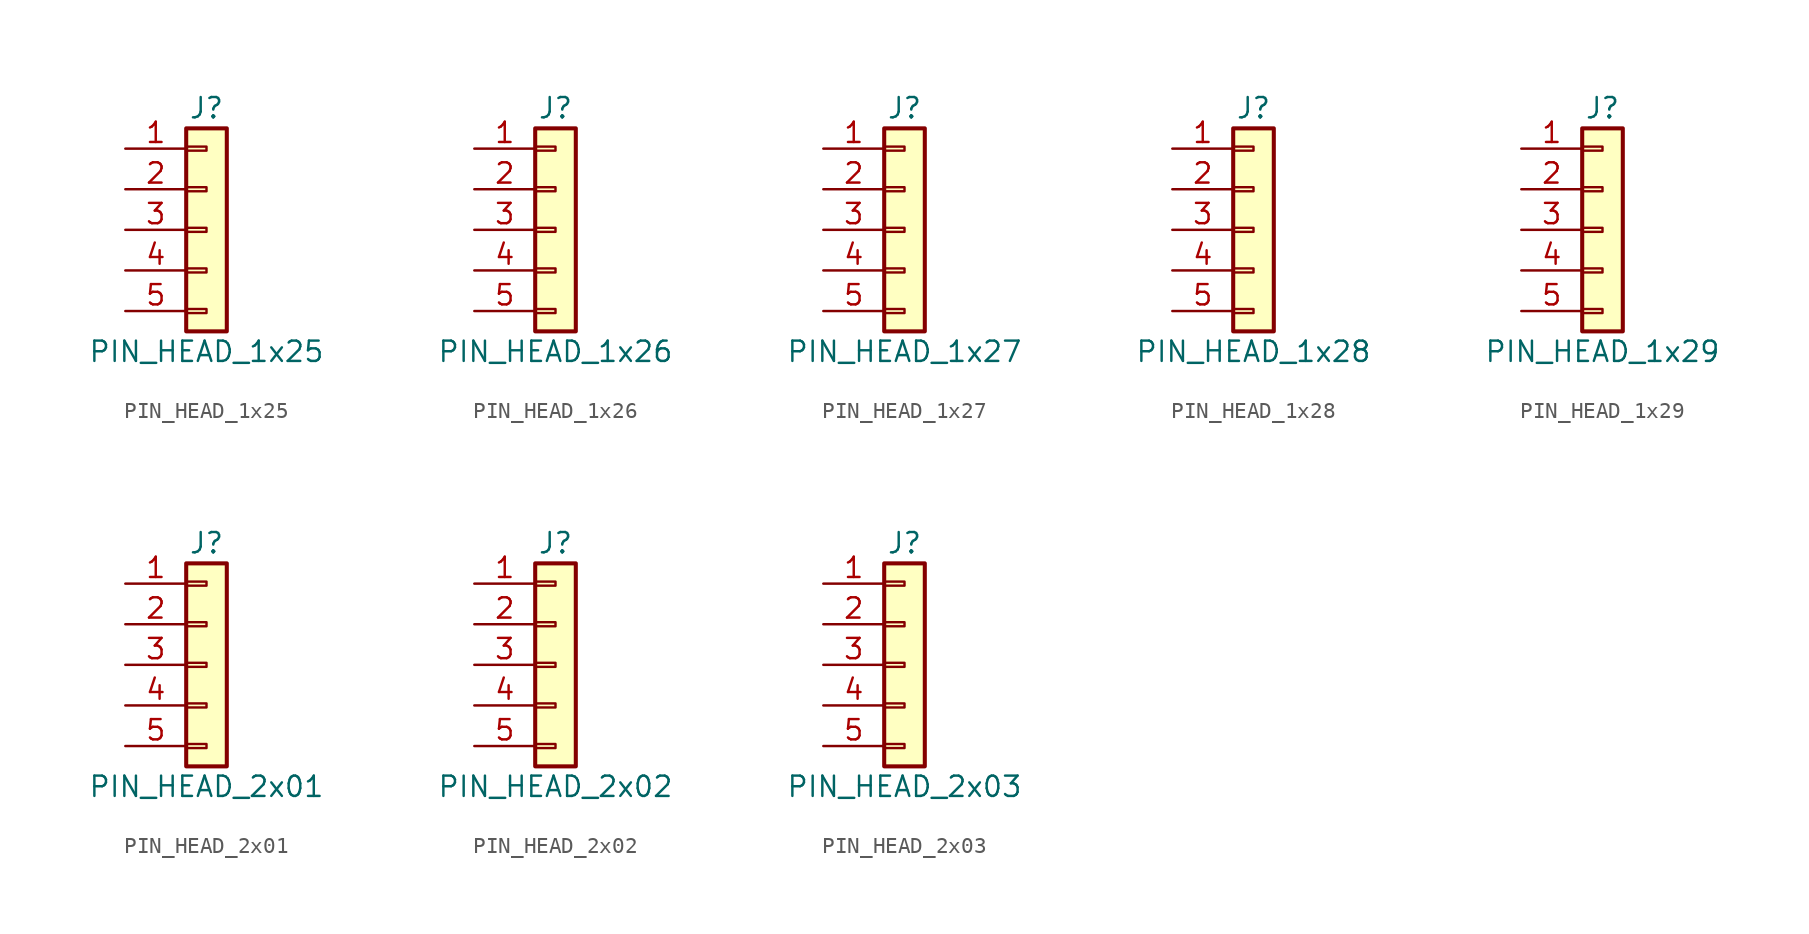
<source format=kicad_sym>
(kicad_symbol_lib
  (version 20211014)
  (generator kicad_symbol_editor)
  (symbol "PIN_HEAD_1x25"
    (pin_names
      (offset 1.016) hide)
    (property "Reference" "J"
      (at 0 7.62 0)
      (effects (font (size 1.27 1.27))))
    (property "Value" "PIN_HEAD_1x25"
      (at 0 -7.62 0)
      (effects (font (size 1.27 1.27))))
    (symbol "PIN_HEAD_1x25_1_1"
      (rectangle (start -1.27 -4.953) (end 0 -5.207) (stroke (width 0.152) (type default) (color 0 0 0 0)) (fill (type none)))
      (rectangle (start -1.27 -2.413) (end 0 -2.667) (stroke (width 0.152) (type default) (color 0 0 0 0)) (fill (type none)))
      (rectangle (start -1.27 0.127) (end 0 -0.127) (stroke (width 0.152) (type default) (color 0 0 0 0)) (fill (type none)))
      (rectangle (start -1.27 2.667) (end 0 2.413) (stroke (width 0.152) (type default) (color 0 0 0 0)) (fill (type none)))
      (rectangle (start -1.27 5.207) (end 0 4.953) (stroke (width 0.152) (type default) (color 0 0 0 0)) (fill (type none)))
      (rectangle (start -1.27 6.35) (end 1.27 -6.35) (stroke (width 0.254) (type default) (color 0 0 0 0)) (fill (type background)))
      (pin passive line (at -5.08 5.08 0) (length 3.81) (name "Pin_1" (effects (font (size 1.27 1.27)))) (number "1" (effects (font (size 1.27 1.27)))))
      (pin passive line (at -5.08 2.54 0) (length 3.81) (name "Pin_2" (effects (font (size 1.27 1.27)))) (number "2" (effects (font (size 1.27 1.27)))))
      (pin passive line (at -5.08 0 0) (length 3.81) (name "Pin_3" (effects (font (size 1.27 1.27)))) (number "3" (effects (font (size 1.27 1.27)))))
      (pin passive line (at -5.08 -2.54 0) (length 3.81) (name "Pin_4" (effects (font (size 1.27 1.27)))) (number "4" (effects (font (size 1.27 1.27)))))
      (pin passive line (at -5.08 -5.08 0) (length 3.81) (name "Pin_5" (effects (font (size 1.27 1.27)))) (number "5" (effects (font (size 1.27 1.27)))))))
  (symbol "PIN_HEAD_1x26"
    (pin_names
      (offset 1.016) hide)
    (property "Reference" "J"
      (at 0 7.62 0)
      (effects (font (size 1.27 1.27))))
    (property "Value" "PIN_HEAD_1x26"
      (at 0 -7.62 0)
      (effects (font (size 1.27 1.27))))
    (symbol "PIN_HEAD_1x26_1_1"
      (rectangle (start -1.27 -4.953) (end 0 -5.207) (stroke (width 0.152) (type default) (color 0 0 0 0)) (fill (type none)))
      (rectangle (start -1.27 -2.413) (end 0 -2.667) (stroke (width 0.152) (type default) (color 0 0 0 0)) (fill (type none)))
      (rectangle (start -1.27 0.127) (end 0 -0.127) (stroke (width 0.152) (type default) (color 0 0 0 0)) (fill (type none)))
      (rectangle (start -1.27 2.667) (end 0 2.413) (stroke (width 0.152) (type default) (color 0 0 0 0)) (fill (type none)))
      (rectangle (start -1.27 5.207) (end 0 4.953) (stroke (width 0.152) (type default) (color 0 0 0 0)) (fill (type none)))
      (rectangle (start -1.27 6.35) (end 1.27 -6.35) (stroke (width 0.254) (type default) (color 0 0 0 0)) (fill (type background)))
      (pin passive line (at -5.08 5.08 0) (length 3.81) (name "Pin_1" (effects (font (size 1.27 1.27)))) (number "1" (effects (font (size 1.27 1.27)))))
      (pin passive line (at -5.08 2.54 0) (length 3.81) (name "Pin_2" (effects (font (size 1.27 1.27)))) (number "2" (effects (font (size 1.27 1.27)))))
      (pin passive line (at -5.08 0 0) (length 3.81) (name "Pin_3" (effects (font (size 1.27 1.27)))) (number "3" (effects (font (size 1.27 1.27)))))
      (pin passive line (at -5.08 -2.54 0) (length 3.81) (name "Pin_4" (effects (font (size 1.27 1.27)))) (number "4" (effects (font (size 1.27 1.27)))))
      (pin passive line (at -5.08 -5.08 0) (length 3.81) (name "Pin_5" (effects (font (size 1.27 1.27)))) (number "5" (effects (font (size 1.27 1.27)))))))
  (symbol "PIN_HEAD_1x27"
    (pin_names
      (offset 1.016) hide)
    (property "Reference" "J"
      (at 0 7.62 0)
      (effects (font (size 1.27 1.27))))
    (property "Value" "PIN_HEAD_1x27"
      (at 0 -7.62 0)
      (effects (font (size 1.27 1.27))))
    (symbol "PIN_HEAD_1x27_1_1"
      (rectangle (start -1.27 -4.953) (end 0 -5.207) (stroke (width 0.152) (type default) (color 0 0 0 0)) (fill (type none)))
      (rectangle (start -1.27 -2.413) (end 0 -2.667) (stroke (width 0.152) (type default) (color 0 0 0 0)) (fill (type none)))
      (rectangle (start -1.27 0.127) (end 0 -0.127) (stroke (width 0.152) (type default) (color 0 0 0 0)) (fill (type none)))
      (rectangle (start -1.27 2.667) (end 0 2.413) (stroke (width 0.152) (type default) (color 0 0 0 0)) (fill (type none)))
      (rectangle (start -1.27 5.207) (end 0 4.953) (stroke (width 0.152) (type default) (color 0 0 0 0)) (fill (type none)))
      (rectangle (start -1.27 6.35) (end 1.27 -6.35) (stroke (width 0.254) (type default) (color 0 0 0 0)) (fill (type background)))
      (pin passive line (at -5.08 5.08 0) (length 3.81) (name "Pin_1" (effects (font (size 1.27 1.27)))) (number "1" (effects (font (size 1.27 1.27)))))
      (pin passive line (at -5.08 2.54 0) (length 3.81) (name "Pin_2" (effects (font (size 1.27 1.27)))) (number "2" (effects (font (size 1.27 1.27)))))
      (pin passive line (at -5.08 0 0) (length 3.81) (name "Pin_3" (effects (font (size 1.27 1.27)))) (number "3" (effects (font (size 1.27 1.27)))))
      (pin passive line (at -5.08 -2.54 0) (length 3.81) (name "Pin_4" (effects (font (size 1.27 1.27)))) (number "4" (effects (font (size 1.27 1.27)))))
      (pin passive line (at -5.08 -5.08 0) (length 3.81) (name "Pin_5" (effects (font (size 1.27 1.27)))) (number "5" (effects (font (size 1.27 1.27)))))))
  (symbol "PIN_HEAD_1x28"
    (pin_names
      (offset 1.016) hide)
    (property "Reference" "J"
      (at 0 7.62 0)
      (effects (font (size 1.27 1.27))))
    (property "Value" "PIN_HEAD_1x28"
      (at 0 -7.62 0)
      (effects (font (size 1.27 1.27))))
    (symbol "PIN_HEAD_1x28_1_1"
      (rectangle (start -1.27 -4.953) (end 0 -5.207) (stroke (width 0.152) (type default) (color 0 0 0 0)) (fill (type none)))
      (rectangle (start -1.27 -2.413) (end 0 -2.667) (stroke (width 0.152) (type default) (color 0 0 0 0)) (fill (type none)))
      (rectangle (start -1.27 0.127) (end 0 -0.127) (stroke (width 0.152) (type default) (color 0 0 0 0)) (fill (type none)))
      (rectangle (start -1.27 2.667) (end 0 2.413) (stroke (width 0.152) (type default) (color 0 0 0 0)) (fill (type none)))
      (rectangle (start -1.27 5.207) (end 0 4.953) (stroke (width 0.152) (type default) (color 0 0 0 0)) (fill (type none)))
      (rectangle (start -1.27 6.35) (end 1.27 -6.35) (stroke (width 0.254) (type default) (color 0 0 0 0)) (fill (type background)))
      (pin passive line (at -5.08 5.08 0) (length 3.81) (name "Pin_1" (effects (font (size 1.27 1.27)))) (number "1" (effects (font (size 1.27 1.27)))))
      (pin passive line (at -5.08 2.54 0) (length 3.81) (name "Pin_2" (effects (font (size 1.27 1.27)))) (number "2" (effects (font (size 1.27 1.27)))))
      (pin passive line (at -5.08 0 0) (length 3.81) (name "Pin_3" (effects (font (size 1.27 1.27)))) (number "3" (effects (font (size 1.27 1.27)))))
      (pin passive line (at -5.08 -2.54 0) (length 3.81) (name "Pin_4" (effects (font (size 1.27 1.27)))) (number "4" (effects (font (size 1.27 1.27)))))
      (pin passive line (at -5.08 -5.08 0) (length 3.81) (name "Pin_5" (effects (font (size 1.27 1.27)))) (number "5" (effects (font (size 1.27 1.27)))))))
  (symbol "PIN_HEAD_1x29"
    (pin_names
      (offset 1.016) hide)
    (property "Reference" "J"
      (at 0 7.62 0)
      (effects (font (size 1.27 1.27))))
    (property "Value" "PIN_HEAD_1x29"
      (at 0 -7.62 0)
      (effects (font (size 1.27 1.27))))
    (symbol "PIN_HEAD_1x29_1_1"
      (rectangle (start -1.27 -4.953) (end 0 -5.207) (stroke (width 0.152) (type default) (color 0 0 0 0)) (fill (type none)))
      (rectangle (start -1.27 -2.413) (end 0 -2.667) (stroke (width 0.152) (type default) (color 0 0 0 0)) (fill (type none)))
      (rectangle (start -1.27 0.127) (end 0 -0.127) (stroke (width 0.152) (type default) (color 0 0 0 0)) (fill (type none)))
      (rectangle (start -1.27 2.667) (end 0 2.413) (stroke (width 0.152) (type default) (color 0 0 0 0)) (fill (type none)))
      (rectangle (start -1.27 5.207) (end 0 4.953) (stroke (width 0.152) (type default) (color 0 0 0 0)) (fill (type none)))
      (rectangle (start -1.27 6.35) (end 1.27 -6.35) (stroke (width 0.254) (type default) (color 0 0 0 0)) (fill (type background)))
      (pin passive line (at -5.08 5.08 0) (length 3.81) (name "Pin_1" (effects (font (size 1.27 1.27)))) (number "1" (effects (font (size 1.27 1.27)))))
      (pin passive line (at -5.08 2.54 0) (length 3.81) (name "Pin_2" (effects (font (size 1.27 1.27)))) (number "2" (effects (font (size 1.27 1.27)))))
      (pin passive line (at -5.08 0 0) (length 3.81) (name "Pin_3" (effects (font (size 1.27 1.27)))) (number "3" (effects (font (size 1.27 1.27)))))
      (pin passive line (at -5.08 -2.54 0) (length 3.81) (name "Pin_4" (effects (font (size 1.27 1.27)))) (number "4" (effects (font (size 1.27 1.27)))))
      (pin passive line (at -5.08 -5.08 0) (length 3.81) (name "Pin_5" (effects (font (size 1.27 1.27)))) (number "5" (effects (font (size 1.27 1.27)))))))
  (symbol "PIN_HEAD_2x01"
    (pin_names
      (offset 1.016) hide)
    (property "Reference" "J"
      (at 0 7.62 0)
      (effects (font (size 1.27 1.27))))
    (property "Value" "PIN_HEAD_2x01"
      (at 0 -7.62 0)
      (effects (font (size 1.27 1.27))))
    (symbol "PIN_HEAD_2x01_1_1"
      (rectangle (start -1.27 -4.953) (end 0 -5.207) (stroke (width 0.152) (type default) (color 0 0 0 0)) (fill (type none)))
      (rectangle (start -1.27 -2.413) (end 0 -2.667) (stroke (width 0.152) (type default) (color 0 0 0 0)) (fill (type none)))
      (rectangle (start -1.27 0.127) (end 0 -0.127) (stroke (width 0.152) (type default) (color 0 0 0 0)) (fill (type none)))
      (rectangle (start -1.27 2.667) (end 0 2.413) (stroke (width 0.152) (type default) (color 0 0 0 0)) (fill (type none)))
      (rectangle (start -1.27 5.207) (end 0 4.953) (stroke (width 0.152) (type default) (color 0 0 0 0)) (fill (type none)))
      (rectangle (start -1.27 6.35) (end 1.27 -6.35) (stroke (width 0.254) (type default) (color 0 0 0 0)) (fill (type background)))
      (pin passive line (at -5.08 5.08 0) (length 3.81) (name "Pin_1" (effects (font (size 1.27 1.27)))) (number "1" (effects (font (size 1.27 1.27)))))
      (pin passive line (at -5.08 2.54 0) (length 3.81) (name "Pin_2" (effects (font (size 1.27 1.27)))) (number "2" (effects (font (size 1.27 1.27)))))
      (pin passive line (at -5.08 0 0) (length 3.81) (name "Pin_3" (effects (font (size 1.27 1.27)))) (number "3" (effects (font (size 1.27 1.27)))))
      (pin passive line (at -5.08 -2.54 0) (length 3.81) (name "Pin_4" (effects (font (size 1.27 1.27)))) (number "4" (effects (font (size 1.27 1.27)))))
      (pin passive line (at -5.08 -5.08 0) (length 3.81) (name "Pin_5" (effects (font (size 1.27 1.27)))) (number "5" (effects (font (size 1.27 1.27)))))))
  (symbol "PIN_HEAD_2x02"
    (pin_names
      (offset 1.016) hide)
    (property "Reference" "J"
      (at 0 7.62 0)
      (effects (font (size 1.27 1.27))))
    (property "Value" "PIN_HEAD_2x02"
      (at 0 -7.62 0)
      (effects (font (size 1.27 1.27))))
    (symbol "PIN_HEAD_2x02_1_1"
      (rectangle (start -1.27 -4.953) (end 0 -5.207) (stroke (width 0.152) (type default) (color 0 0 0 0)) (fill (type none)))
      (rectangle (start -1.27 -2.413) (end 0 -2.667) (stroke (width 0.152) (type default) (color 0 0 0 0)) (fill (type none)))
      (rectangle (start -1.27 0.127) (end 0 -0.127) (stroke (width 0.152) (type default) (color 0 0 0 0)) (fill (type none)))
      (rectangle (start -1.27 2.667) (end 0 2.413) (stroke (width 0.152) (type default) (color 0 0 0 0)) (fill (type none)))
      (rectangle (start -1.27 5.207) (end 0 4.953) (stroke (width 0.152) (type default) (color 0 0 0 0)) (fill (type none)))
      (rectangle (start -1.27 6.35) (end 1.27 -6.35) (stroke (width 0.254) (type default) (color 0 0 0 0)) (fill (type background)))
      (pin passive line (at -5.08 5.08 0) (length 3.81) (name "Pin_1" (effects (font (size 1.27 1.27)))) (number "1" (effects (font (size 1.27 1.27)))))
      (pin passive line (at -5.08 2.54 0) (length 3.81) (name "Pin_2" (effects (font (size 1.27 1.27)))) (number "2" (effects (font (size 1.27 1.27)))))
      (pin passive line (at -5.08 0 0) (length 3.81) (name "Pin_3" (effects (font (size 1.27 1.27)))) (number "3" (effects (font (size 1.27 1.27)))))
      (pin passive line (at -5.08 -2.54 0) (length 3.81) (name "Pin_4" (effects (font (size 1.27 1.27)))) (number "4" (effects (font (size 1.27 1.27)))))
      (pin passive line (at -5.08 -5.08 0) (length 3.81) (name "Pin_5" (effects (font (size 1.27 1.27)))) (number "5" (effects (font (size 1.27 1.27)))))))
  (symbol "PIN_HEAD_2x03"
    (pin_names
      (offset 1.016) hide)
    (property "Reference" "J"
      (at 0 7.62 0)
      (effects (font (size 1.27 1.27))))
    (property "Value" "PIN_HEAD_2x03"
      (at 0 -7.62 0)
      (effects (font (size 1.27 1.27))))
    (symbol "PIN_HEAD_2x03_1_1"
      (rectangle (start -1.27 -4.953) (end 0 -5.207) (stroke (width 0.152) (type default) (color 0 0 0 0)) (fill (type none)))
      (rectangle (start -1.27 -2.413) (end 0 -2.667) (stroke (width 0.152) (type default) (color 0 0 0 0)) (fill (type none)))
      (rectangle (start -1.27 0.127) (end 0 -0.127) (stroke (width 0.152) (type default) (color 0 0 0 0)) (fill (type none)))
      (rectangle (start -1.27 2.667) (end 0 2.413) (stroke (width 0.152) (type default) (color 0 0 0 0)) (fill (type none)))
      (rectangle (start -1.27 5.207) (end 0 4.953) (stroke (width 0.152) (type default) (color 0 0 0 0)) (fill (type none)))
      (rectangle (start -1.27 6.35) (end 1.27 -6.35) (stroke (width 0.254) (type default) (color 0 0 0 0)) (fill (type background)))
      (pin passive line (at -5.08 5.08 0) (length 3.81) (name "Pin_1" (effects (font (size 1.27 1.27)))) (number "1" (effects (font (size 1.27 1.27)))))
      (pin passive line (at -5.08 2.54 0) (length 3.81) (name "Pin_2" (effects (font (size 1.27 1.27)))) (number "2" (effects (font (size 1.27 1.27)))))
      (pin passive line (at -5.08 0 0) (length 3.81) (name "Pin_3" (effects (font (size 1.27 1.27)))) (number "3" (effects (font (size 1.27 1.27)))))
      (pin passive line (at -5.08 -2.54 0) (length 3.81) (name "Pin_4" (effects (font (size 1.27 1.27)))) (number "4" (effects (font (size 1.27 1.27)))))
      (pin passive line (at -5.08 -5.08 0) (length 3.81) (name "Pin_5" (effects (font (size 1.27 1.27)))) (number "5" (effects (font (size 1.27 1.27))))))))
</source>
